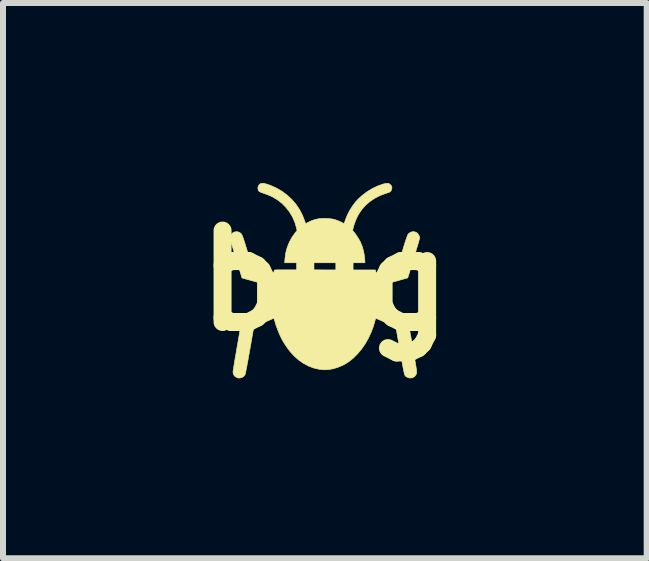
<source format=kicad_pcb>
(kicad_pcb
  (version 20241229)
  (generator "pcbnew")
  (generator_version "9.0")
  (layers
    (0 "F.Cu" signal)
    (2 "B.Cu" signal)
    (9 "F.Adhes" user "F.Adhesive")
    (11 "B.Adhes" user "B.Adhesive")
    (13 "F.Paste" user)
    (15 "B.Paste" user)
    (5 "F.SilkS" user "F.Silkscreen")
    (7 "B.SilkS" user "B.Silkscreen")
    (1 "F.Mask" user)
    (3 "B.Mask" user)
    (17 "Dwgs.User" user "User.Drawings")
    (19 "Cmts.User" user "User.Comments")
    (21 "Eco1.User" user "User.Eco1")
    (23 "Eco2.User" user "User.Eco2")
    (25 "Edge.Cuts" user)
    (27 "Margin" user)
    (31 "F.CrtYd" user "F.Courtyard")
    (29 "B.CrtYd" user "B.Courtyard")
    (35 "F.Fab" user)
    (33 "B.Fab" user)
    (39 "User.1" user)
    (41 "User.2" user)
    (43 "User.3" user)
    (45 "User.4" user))
  (footprint "bug"
    (layer "F.Cu")
    (at 2.366 1.629)
    (property "Reference" "bug" (at 0 0 0) (layer "F.SilkS") (effects (font (size 1.524 1.524) (thickness 0.3))))
    (attr through_hole)
    (fp_poly (pts (xy -1.011 -1.621) (xy -0.97 -1.61) (xy -0.92 -1.593) (xy -0.911 -1.59) (xy -0.808 -1.544) (xy -0.713 -1.489) (xy -0.627 -1.424) (xy -0.549 -1.352) (xy -0.48 -1.271) (xy -0.421 -1.183) (xy -0.372 -1.088) (xy -0.34 -1.005) (xy -0.332 -0.981) (xy -0.325 -0.963) (xy -0.32 -0.954) (xy -0.319 -0.953) (xy -0.313 -0.955) (xy -0.298 -0.962) (xy -0.28 -0.971) (xy -0.222 -0.999) (xy -0.166 -1.018) (xy -0.109 -1.031) (xy -0.046 -1.037) (xy 0 -1.038) (xy 0.068 -1.035) (xy 0.129 -1.027) (xy 0.185 -1.012) (xy 0.242 -0.99) (xy 0.28 -0.971) (xy 0.299 -0.962) (xy 0.314 -0.955) (xy 0.319 -0.953) (xy 0.323 -0.958) (xy 0.329 -0.973) (xy 0.337 -0.995) (xy 0.34 -1.005) (xy 0.371 -1.085) (xy 0.411 -1.165) (xy 0.459 -1.241) (xy 0.511 -1.311) (xy 0.551 -1.355) (xy 0.624 -1.422) (xy 0.705 -1.483) (xy 0.791 -1.535) (xy 0.88 -1.578) (xy 0.97 -1.61) (xy 0.994 -1.616) (xy 1.027 -1.623) (xy 1.052 -1.623) (xy 1.072 -1.616) (xy 1.092 -1.602) (xy 1.096 -1.597) (xy 1.11 -1.581) (xy 1.117 -1.564) (xy 1.118 -1.55) (xy 1.113 -1.518) (xy 1.1 -1.493) (xy 1.081 -1.477) (xy 1.067 -1.472) (xy 1.045 -1.464) (xy 1.019 -1.455) (xy 1.008 -1.452) (xy 0.916 -1.417) (xy 0.829 -1.372) (xy 0.75 -1.318) (xy 0.678 -1.255) (xy 0.615 -1.184) (xy 0.567 -1.114) (xy 0.542 -1.068) (xy 0.518 -1.015) (xy 0.497 -0.96) (xy 0.48 -0.908) (xy 0.475 -0.89) (xy 0.463 -0.837) (xy 0.482 -0.814) (xy 0.502 -0.789) (xy 0.524 -0.757) (xy 0.547 -0.722) (xy 0.569 -0.687) (xy 0.586 -0.657) (xy 0.589 -0.651) (xy 0.621 -0.576) (xy 0.645 -0.495) (xy 0.66 -0.411) (xy 0.665 -0.364) (xy 0.669 -0.298) (xy -0.669 -0.298) (xy -0.665 -0.364) (xy -0.653 -0.458) (xy -0.629 -0.55) (xy -0.593 -0.64) (xy -0.547 -0.725) (xy -0.491 -0.803) (xy -0.482 -0.813) (xy -0.463 -0.836) (xy -0.474 -0.883) (xy -0.501 -0.975) (xy -0.54 -1.063) (xy -0.589 -1.145) (xy -0.648 -1.221) (xy -0.715 -1.289) (xy -0.791 -1.348) (xy -0.874 -1.397) (xy -0.893 -1.407) (xy -0.922 -1.419) (xy -0.956 -1.433) (xy -0.992 -1.446) (xy -1.008 -1.452) (xy -1.044 -1.464) (xy -1.071 -1.475) (xy -1.089 -1.484) (xy -1.101 -1.494) (xy -1.109 -1.506) (xy -1.111 -1.512) (xy -1.117 -1.542) (xy -1.112 -1.571) (xy -1.097 -1.597) (xy -1.073 -1.616) (xy -1.065 -1.62) (xy -1.043 -1.624) (xy -1.011 -1.621)) (stroke (width 0.01) (type solid)) (fill yes) (layer "F.SilkS"))
    (fp_poly (pts (xy -1.449 -0.814) (xy -1.418 -0.801) (xy -1.397 -0.784) (xy -1.392 -0.779) (xy -1.387 -0.772) (xy -1.382 -0.762) (xy -1.377 -0.75) (xy -1.37 -0.733) (xy -1.362 -0.711) (xy -1.353 -0.684) (xy -1.341 -0.649) (xy -1.328 -0.607) (xy -1.312 -0.556) (xy -1.294 -0.496) (xy -1.272 -0.425) (xy -1.247 -0.343) (xy -1.247 -0.343) (xy -1.236 -0.306) (xy -1.226 -0.274) (xy -1.218 -0.249) (xy -1.212 -0.231) (xy -1.209 -0.223) (xy -1.209 -0.223) (xy -1.203 -0.221) (xy -1.186 -0.216) (xy -1.161 -0.208) (xy -1.129 -0.199) (xy -1.092 -0.189) (xy -1.053 -0.178) (xy -1.013 -0.167) (xy -0.974 -0.156) (xy -0.938 -0.147) (xy -0.907 -0.138) (xy -0.882 -0.132) (xy -0.866 -0.128) (xy -0.861 -0.127) (xy -0.854 -0.133) (xy -0.849 -0.148) (xy -0.849 -0.152) (xy -0.843 -0.171) (xy -0.834 -0.179) (xy -0.826 -0.179) (xy -0.807 -0.179) (xy -0.776 -0.18) (xy -0.735 -0.18) (xy -0.684 -0.18) (xy -0.625 -0.18) (xy -0.557 -0.18) (xy -0.481 -0.18) (xy -0.399 -0.18) (xy -0.311 -0.18) (xy -0.218 -0.18) (xy -0.121 -0.18) (xy -0.02 -0.179) (xy 0.011 -0.179) (xy 0.844 -0.178) (xy 0.848 -0.152) (xy 0.853 -0.135) (xy 0.86 -0.127) (xy 0.861 -0.127) (xy 0.869 -0.129) (xy 0.887 -0.133) (xy 0.913 -0.14) (xy 0.946 -0.149) (xy 0.983 -0.159) (xy 1.022 -0.17) (xy 1.062 -0.181) (xy 1.101 -0.192) (xy 1.137 -0.202) (xy 1.167 -0.21) (xy 1.191 -0.217) (xy 1.205 -0.222) (xy 1.209 -0.223) (xy 1.212 -0.23) (xy 1.217 -0.246) (xy 1.225 -0.272) (xy 1.235 -0.303) (xy 1.246 -0.339) (xy 1.247 -0.343) (xy 1.272 -0.425) (xy 1.294 -0.496) (xy 1.312 -0.556) (xy 1.328 -0.607) (xy 1.341 -0.649) (xy 1.353 -0.684) (xy 1.362 -0.711) (xy 1.37 -0.733) (xy 1.377 -0.75) (xy 1.382 -0.763) (xy 1.387 -0.772) (xy 1.392 -0.779) (xy 1.397 -0.784) (xy 1.397 -0.784) (xy 1.425 -0.805) (xy 1.457 -0.815) (xy 1.49 -0.816) (xy 1.521 -0.806) (xy 1.542 -0.792) (xy 1.559 -0.771) (xy 1.573 -0.745) (xy 1.581 -0.72) (xy 1.581 -0.712) (xy 1.579 -0.703) (xy 1.574 -0.685) (xy 1.566 -0.656) (xy 1.556 -0.62) (xy 1.543 -0.577) (xy 1.529 -0.529) (xy 1.514 -0.478) (xy 1.498 -0.423) (xy 1.481 -0.368) (xy 1.465 -0.313) (xy 1.449 -0.259) (xy 1.433 -0.209) (xy 1.419 -0.163) (xy 1.407 -0.123) (xy 1.396 -0.089) (xy 1.388 -0.065) (xy 1.383 -0.05) (xy 1.382 -0.046) (xy 1.375 -0.044) (xy 1.358 -0.039) (xy 1.331 -0.032) (xy 1.296 -0.022) (xy 1.254 -0.01) (xy 1.206 0.004) (xy 1.154 0.018) (xy 1.136 0.023) (xy 0.891 0.092) (xy 0.891 0.232) (xy 0.89 0.274) (xy 0.89 0.312) (xy 0.889 0.344) (xy 0.888 0.369) (xy 0.887 0.384) (xy 0.886 0.386) (xy 0.885 0.39) (xy 0.885 0.394) (xy 0.887 0.398) (xy 0.892 0.402) (xy 0.902 0.408) (xy 0.916 0.416) (xy 0.937 0.426) (xy 0.966 0.439) (xy 1.003 0.456) (xy 1.049 0.477) (xy 1.105 0.502) (xy 1.111 0.505) (xy 1.154 0.524) (xy 1.198 0.543) (xy 1.24 0.562) (xy 1.277 0.579) (xy 1.306 0.592) (xy 1.306 0.592) (xy 1.377 0.624) (xy 1.384 0.657) (xy 1.387 0.671) (xy 1.391 0.695) (xy 1.397 0.73) (xy 1.405 0.773) (xy 1.414 0.823) (xy 1.423 0.878) (xy 1.434 0.937) (xy 1.445 0.999) (xy 1.456 1.062) (xy 1.467 1.125) (xy 1.477 1.186) (xy 1.487 1.244) (xy 1.497 1.298) (xy 1.505 1.346) (xy 1.512 1.386) (xy 1.517 1.418) (xy 1.52 1.435) (xy 1.526 1.476) (xy 1.53 1.509) (xy 1.531 1.532) (xy 1.53 1.542) (xy 1.517 1.574) (xy 1.495 1.599) (xy 1.468 1.616) (xy 1.436 1.623) (xy 1.403 1.622) (xy 1.371 1.609) (xy 1.356 1.6) (xy 1.351 1.596) (xy 1.346 1.592) (xy 1.342 1.588) (xy 1.338 1.583) (xy 1.334 1.576) (xy 1.33 1.567) (xy 1.326 1.554) (xy 1.322 1.536) (xy 1.317 1.514) (xy 1.311 1.485) (xy 1.304 1.449) (xy 1.296 1.406) (xy 1.287 1.354) (xy 1.276 1.294) (xy 1.264 1.222) (xy 1.249 1.14) (xy 1.234 1.056) (xy 1.185 0.776) (xy 1.021 0.702) (xy 0.979 0.683) (xy 0.94 0.666) (xy 0.906 0.651) (xy 0.88 0.64) (xy 0.861 0.632) (xy 0.852 0.629) (xy 0.852 0.629) (xy 0.847 0.634) (xy 0.841 0.649) (xy 0.838 0.661) (xy 0.808 0.766) (xy 0.769 0.868) (xy 0.723 0.966) (xy 0.67 1.058) (xy 0.61 1.144) (xy 0.545 1.221) (xy 0.476 1.29) (xy 0.403 1.349) (xy 0.327 1.397) (xy 0.295 1.413) (xy 0.21 1.448) (xy 0.126 1.472) (xy 0.043 1.484) (xy 0 1.486) (xy -0.026 1.485) (xy -0.059 1.482) (xy -0.092 1.478) (xy -0.098 1.477) (xy -0.188 1.456) (xy -0.274 1.423) (xy -0.358 1.378) (xy -0.437 1.323) (xy -0.512 1.256) (xy -0.582 1.18) (xy -0.646 1.093) (xy -0.705 0.998) (xy -0.735 0.939) (xy -0.755 0.896) (xy -0.776 0.845) (xy -0.796 0.793) (xy -0.815 0.741) (xy -0.829 0.694) (xy -0.838 0.662) (xy -0.843 0.644) (xy -0.849 0.631) (xy -0.852 0.629) (xy -0.859 0.631) (xy -0.876 0.638) (xy -0.902 0.649) (xy -0.934 0.663) (xy -0.972 0.68) (xy -1.014 0.699) (xy -1.021 0.702) (xy -1.185 0.776) (xy -1.206 0.894) (xy -1.225 1.004) (xy -1.242 1.101) (xy -1.257 1.187) (xy -1.271 1.262) (xy -1.282 1.328) (xy -1.293 1.384) (xy -1.301 1.431) (xy -1.309 1.47) (xy -1.315 1.502) (xy -1.32 1.527) (xy -1.324 1.545) (xy -1.327 1.558) (xy -1.329 1.566) (xy -1.33 1.568) (xy -1.348 1.592) (xy -1.374 1.61) (xy -1.386 1.616) (xy -1.418 1.624) (xy -1.449 1.622) (xy -1.467 1.616) (xy -1.499 1.596) (xy -1.52 1.57) (xy -1.53 1.538) (xy -1.531 1.522) (xy -1.53 1.512) (xy -1.527 1.491) (xy -1.522 1.46) (xy -1.516 1.421) (xy -1.508 1.374) (xy -1.5 1.321) (xy -1.49 1.264) (xy -1.479 1.202) (xy -1.469 1.139) (xy -1.457 1.074) (xy -1.446 1.009) (xy -1.435 0.945) (xy -1.424 0.884) (xy -1.414 0.826) (xy -1.405 0.773) (xy -1.396 0.727) (xy -1.389 0.687) (xy -1.383 0.657) (xy -1.379 0.636) (xy -1.377 0.626) (xy -1.376 0.625) (xy -1.37 0.622) (xy -1.354 0.614) (xy -1.329 0.603) (xy -1.297 0.588) (xy -1.259 0.571) (xy -1.217 0.552) (xy -1.172 0.532) (xy -1.126 0.511) (xy -1.081 0.491) (xy -1.037 0.471) (xy -0.996 0.453) (xy -0.96 0.437) (xy -0.931 0.424) (xy -0.922 0.421) (xy -0.901 0.411) (xy -0.89 0.404) (xy -0.885 0.397) (xy -0.885 0.388) (xy -0.886 0.381) (xy -0.887 0.368) (xy -0.889 0.345) (xy -0.889 0.313) (xy -0.89 0.276) (xy -0.89 0.235) (xy -0.89 0.225) (xy -0.89 0.092) (xy -1.047 0.048) (xy -1.096 0.035) (xy -1.146 0.02) (xy -1.196 0.007) (xy -1.241 -0.006) (xy -1.278 -0.016) (xy -1.293 -0.02) (xy -1.382 -0.045) (xy -1.398 -0.1) (xy -1.404 -0.118) (xy -1.412 -0.147) (xy -1.424 -0.184) (xy -1.438 -0.229) (xy -1.453 -0.279) (xy -1.47 -0.334) (xy -1.488 -0.392) (xy -1.498 -0.425) (xy -1.515 -0.481) (xy -1.531 -0.535) (xy -1.546 -0.583) (xy -1.559 -0.626) (xy -1.569 -0.662) (xy -1.576 -0.689) (xy -1.58 -0.707) (xy -1.581 -0.712) (xy -1.577 -0.735) (xy -1.565 -0.761) (xy -1.549 -0.784) (xy -1.542 -0.792) (xy -1.514 -0.809) (xy -1.482 -0.816) (xy -1.449 -0.814)) (stroke (width 0.01) (type solid)) (fill yes) (layer "F.SilkS")))
  (gr_rect
    (start -3 -3)
    (end 7.732 6.258)
    (stroke (width 0.1) (type default))
    (fill no)
    (layer "Edge.Cuts")))
</source>
